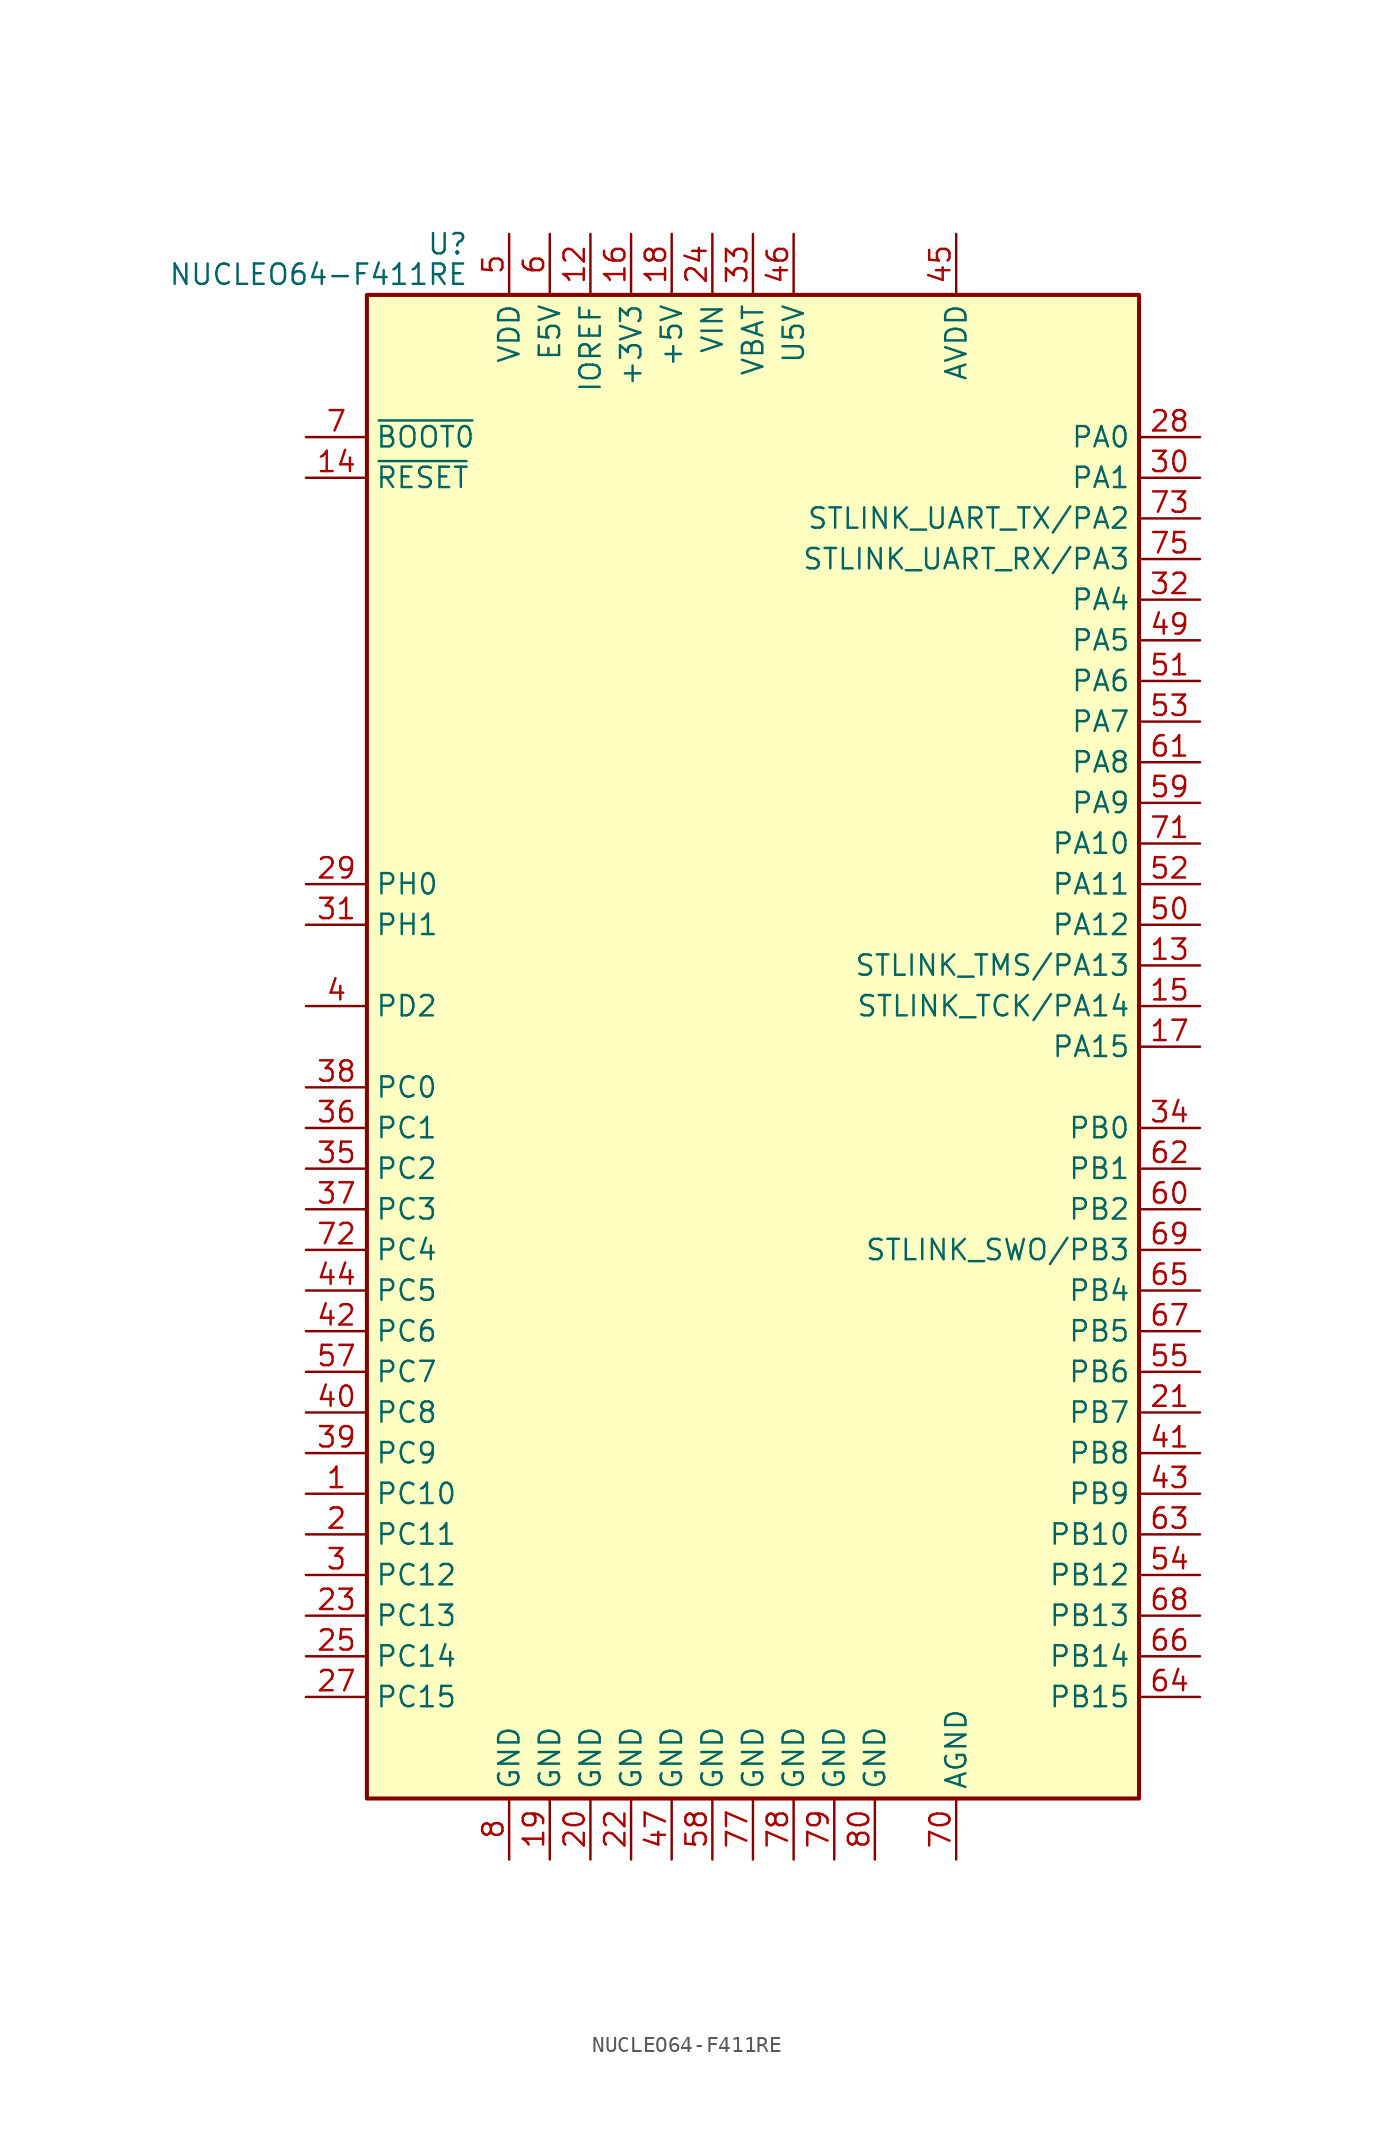
<source format=kicad_sym>
(kicad_symbol_lib
  (version 20201005)
  (generator kicad_symbol_editor)
  (symbol "NUCLEO64-F411RE"
    (property "Reference" "U"
      (at -17.78 50.165 0)
      (effects (font (size 1.27 1.27)) (justify right)))
    (property "Value" "NUCLEO64-F411RE"
      (at -17.78 48.26 0)
      (effects (font (size 1.27 1.27)) (justify right)))
    (symbol "NUCLEO64-F411RE_0_1"
      (rectangle (start -24.13 -46.99) (end 24.13 46.99) (stroke (width 0.254)) (fill (type background))))
    (symbol "NUCLEO64-F411RE_1_1"
      (pin bidirectional line (at -27.94 -27.94 0) (length 3.81) (name "PC10" (effects (font (size 1.27 1.27)))) (number "1" (effects (font (size 1.27 1.27)))))
      (pin no_connect line (at -27.94 20.32 0) (length 3.81) hide (name "NC" (effects (font (size 1.27 1.27)))) (number "10" (effects (font (size 1.27 1.27)))))
      (pin no_connect line (at -27.94 15.24 0) (length 3.81) hide (name "NC" (effects (font (size 1.27 1.27)))) (number "11" (effects (font (size 1.27 1.27)))))
      (pin power_in line (at -10.16 50.8 270) (length 3.81) (name "IOREF" (effects (font (size 1.27 1.27)))) (number "12" (effects (font (size 1.27 1.27)))))
      (pin bidirectional line (at 27.94 5.08 180) (length 3.81) (name "STLINK_TMS/PA13" (effects (font (size 1.27 1.27)))) (number "13" (effects (font (size 1.27 1.27)))))
      (pin input line (at -27.94 35.56 0) (length 3.81) (name "~RESET" (effects (font (size 1.27 1.27)))) (number "14" (effects (font (size 1.27 1.27)))))
      (pin bidirectional line (at 27.94 2.54 180) (length 3.81) (name "STLINK_TCK/PA14" (effects (font (size 1.27 1.27)))) (number "15" (effects (font (size 1.27 1.27)))))
      (pin power_in line (at -7.62 50.8 270) (length 3.81) (name "+3V3" (effects (font (size 1.27 1.27)))) (number "16" (effects (font (size 1.27 1.27)))))
      (pin bidirectional line (at 27.94 0 180) (length 3.81) (name "PA15" (effects (font (size 1.27 1.27)))) (number "17" (effects (font (size 1.27 1.27)))))
      (pin power_in line (at -5.08 50.8 270) (length 3.81) (name "+5V" (effects (font (size 1.27 1.27)))) (number "18" (effects (font (size 1.27 1.27)))))
      (pin power_in line (at -12.7 -50.8 90) (length 3.81) (name "GND" (effects (font (size 1.27 1.27)))) (number "19" (effects (font (size 1.27 1.27)))))
      (pin bidirectional line (at -27.94 -30.48 0) (length 3.81) (name "PC11" (effects (font (size 1.27 1.27)))) (number "2" (effects (font (size 1.27 1.27)))))
      (pin power_in line (at -10.16 -50.8 90) (length 3.81) (name "GND" (effects (font (size 1.27 1.27)))) (number "20" (effects (font (size 1.27 1.27)))))
      (pin bidirectional line (at 27.94 -22.86 180) (length 3.81) (name "PB7" (effects (font (size 1.27 1.27)))) (number "21" (effects (font (size 1.27 1.27)))))
      (pin power_in line (at -7.62 -50.8 90) (length 3.81) (name "GND" (effects (font (size 1.27 1.27)))) (number "22" (effects (font (size 1.27 1.27)))))
      (pin bidirectional line (at -27.94 -35.56 0) (length 3.81) (name "PC13" (effects (font (size 1.27 1.27)))) (number "23" (effects (font (size 1.27 1.27)))))
      (pin power_in line (at -2.54 50.8 270) (length 3.81) (name "VIN" (effects (font (size 1.27 1.27)))) (number "24" (effects (font (size 1.27 1.27)))))
      (pin bidirectional line (at -27.94 -38.1 0) (length 3.81) (name "PC14" (effects (font (size 1.27 1.27)))) (number "25" (effects (font (size 1.27 1.27)))))
      (pin no_connect line (at -27.94 22.86 0) (length 3.81) hide (name "NC" (effects (font (size 1.27 1.27)))) (number "26" (effects (font (size 1.27 1.27)))))
      (pin bidirectional line (at -27.94 -40.64 0) (length 3.81) (name "PC15" (effects (font (size 1.27 1.27)))) (number "27" (effects (font (size 1.27 1.27)))))
      (pin bidirectional line (at 27.94 38.1 180) (length 3.81) (name "PA0" (effects (font (size 1.27 1.27)))) (number "28" (effects (font (size 1.27 1.27)))))
      (pin bidirectional line (at -27.94 10.16 0) (length 3.81) (name "PH0" (effects (font (size 1.27 1.27)))) (number "29" (effects (font (size 1.27 1.27)))))
      (pin bidirectional line (at -27.94 -33.02 0) (length 3.81) (name "PC12" (effects (font (size 1.27 1.27)))) (number "3" (effects (font (size 1.27 1.27)))))
      (pin bidirectional line (at 27.94 35.56 180) (length 3.81) (name "PA1" (effects (font (size 1.27 1.27)))) (number "30" (effects (font (size 1.27 1.27)))))
      (pin bidirectional line (at -27.94 7.62 0) (length 3.81) (name "PH1" (effects (font (size 1.27 1.27)))) (number "31" (effects (font (size 1.27 1.27)))))
      (pin bidirectional line (at 27.94 27.94 180) (length 3.81) (name "PA4" (effects (font (size 1.27 1.27)))) (number "32" (effects (font (size 1.27 1.27)))))
      (pin power_in line (at 0 50.8 270) (length 3.81) (name "VBAT" (effects (font (size 1.27 1.27)))) (number "33" (effects (font (size 1.27 1.27)))))
      (pin bidirectional line (at 27.94 -5.08 180) (length 3.81) (name "PB0" (effects (font (size 1.27 1.27)))) (number "34" (effects (font (size 1.27 1.27)))))
      (pin bidirectional line (at -27.94 -7.62 0) (length 3.81) (name "PC2" (effects (font (size 1.27 1.27)))) (number "35" (effects (font (size 1.27 1.27)))))
      (pin bidirectional line (at -27.94 -5.08 0) (length 3.81) (name "PC1" (effects (font (size 1.27 1.27)))) (number "36" (effects (font (size 1.27 1.27)))))
      (pin bidirectional line (at -27.94 -10.16 0) (length 3.81) (name "PC3" (effects (font (size 1.27 1.27)))) (number "37" (effects (font (size 1.27 1.27)))))
      (pin bidirectional line (at -27.94 -2.54 0) (length 3.81) (name "PC0" (effects (font (size 1.27 1.27)))) (number "38" (effects (font (size 1.27 1.27)))))
      (pin bidirectional line (at -27.94 -25.4 0) (length 3.81) (name "PC9" (effects (font (size 1.27 1.27)))) (number "39" (effects (font (size 1.27 1.27)))))
      (pin bidirectional line (at -27.94 2.54 0) (length 3.81) (name "PD2" (effects (font (size 1.27 1.27)))) (number "4" (effects (font (size 1.27 1.27)))))
      (pin bidirectional line (at -27.94 -22.86 0) (length 3.81) (name "PC8" (effects (font (size 1.27 1.27)))) (number "40" (effects (font (size 1.27 1.27)))))
      (pin bidirectional line (at 27.94 -25.4 180) (length 3.81) (name "PB8" (effects (font (size 1.27 1.27)))) (number "41" (effects (font (size 1.27 1.27)))))
      (pin bidirectional line (at -27.94 -17.78 0) (length 3.81) (name "PC6" (effects (font (size 1.27 1.27)))) (number "42" (effects (font (size 1.27 1.27)))))
      (pin bidirectional line (at 27.94 -27.94 180) (length 3.81) (name "PB9" (effects (font (size 1.27 1.27)))) (number "43" (effects (font (size 1.27 1.27)))))
      (pin bidirectional line (at -27.94 -15.24 0) (length 3.81) (name "PC5" (effects (font (size 1.27 1.27)))) (number "44" (effects (font (size 1.27 1.27)))))
      (pin power_in line (at 12.7 50.8 270) (length 3.81) (name "AVDD" (effects (font (size 1.27 1.27)))) (number "45" (effects (font (size 1.27 1.27)))))
      (pin power_in line (at 2.54 50.8 270) (length 3.81) (name "U5V" (effects (font (size 1.27 1.27)))) (number "46" (effects (font (size 1.27 1.27)))))
      (pin power_in line (at -5.08 -50.8 90) (length 3.81) (name "GND" (effects (font (size 1.27 1.27)))) (number "47" (effects (font (size 1.27 1.27)))))
      (pin no_connect line (at -27.94 25.4 0) (length 3.81) hide (name "NC" (effects (font (size 1.27 1.27)))) (number "48" (effects (font (size 1.27 1.27)))))
      (pin bidirectional line (at 27.94 25.4 180) (length 3.81) (name "PA5" (effects (font (size 1.27 1.27)))) (number "49" (effects (font (size 1.27 1.27)))))
      (pin power_in line (at -15.24 50.8 270) (length 3.81) (name "VDD" (effects (font (size 1.27 1.27)))) (number "5" (effects (font (size 1.27 1.27)))))
      (pin bidirectional line (at 27.94 7.62 180) (length 3.81) (name "PA12" (effects (font (size 1.27 1.27)))) (number "50" (effects (font (size 1.27 1.27)))))
      (pin bidirectional line (at 27.94 22.86 180) (length 3.81) (name "PA6" (effects (font (size 1.27 1.27)))) (number "51" (effects (font (size 1.27 1.27)))))
      (pin bidirectional line (at 27.94 10.16 180) (length 3.81) (name "PA11" (effects (font (size 1.27 1.27)))) (number "52" (effects (font (size 1.27 1.27)))))
      (pin bidirectional line (at 27.94 20.32 180) (length 3.81) (name "PA7" (effects (font (size 1.27 1.27)))) (number "53" (effects (font (size 1.27 1.27)))))
      (pin bidirectional line (at 27.94 -33.02 180) (length 3.81) (name "PB12" (effects (font (size 1.27 1.27)))) (number "54" (effects (font (size 1.27 1.27)))))
      (pin bidirectional line (at 27.94 -20.32 180) (length 3.81) (name "PB6" (effects (font (size 1.27 1.27)))) (number "55" (effects (font (size 1.27 1.27)))))
      (pin no_connect line (at -27.94 33.02 0) (length 3.81) hide (name "NC" (effects (font (size 1.27 1.27)))) (number "56" (effects (font (size 1.27 1.27)))))
      (pin bidirectional line (at -27.94 -20.32 0) (length 3.81) (name "PC7" (effects (font (size 1.27 1.27)))) (number "57" (effects (font (size 1.27 1.27)))))
      (pin power_in line (at -2.54 -50.8 90) (length 3.81) (name "GND" (effects (font (size 1.27 1.27)))) (number "58" (effects (font (size 1.27 1.27)))))
      (pin bidirectional line (at 27.94 15.24 180) (length 3.81) (name "PA9" (effects (font (size 1.27 1.27)))) (number "59" (effects (font (size 1.27 1.27)))))
      (pin power_in line (at -12.7 50.8 270) (length 3.81) (name "E5V" (effects (font (size 1.27 1.27)))) (number "6" (effects (font (size 1.27 1.27)))))
      (pin bidirectional line (at 27.94 -10.16 180) (length 3.81) (name "PB2" (effects (font (size 1.27 1.27)))) (number "60" (effects (font (size 1.27 1.27)))))
      (pin bidirectional line (at 27.94 17.78 180) (length 3.81) (name "PA8" (effects (font (size 1.27 1.27)))) (number "61" (effects (font (size 1.27 1.27)))))
      (pin bidirectional line (at 27.94 -7.62 180) (length 3.81) (name "PB1" (effects (font (size 1.27 1.27)))) (number "62" (effects (font (size 1.27 1.27)))))
      (pin bidirectional line (at 27.94 -30.48 180) (length 3.81) (name "PB10" (effects (font (size 1.27 1.27)))) (number "63" (effects (font (size 1.27 1.27)))))
      (pin bidirectional line (at 27.94 -40.64 180) (length 3.81) (name "PB15" (effects (font (size 1.27 1.27)))) (number "64" (effects (font (size 1.27 1.27)))))
      (pin bidirectional line (at 27.94 -15.24 180) (length 3.81) (name "PB4" (effects (font (size 1.27 1.27)))) (number "65" (effects (font (size 1.27 1.27)))))
      (pin bidirectional line (at 27.94 -38.1 180) (length 3.81) (name "PB14" (effects (font (size 1.27 1.27)))) (number "66" (effects (font (size 1.27 1.27)))))
      (pin bidirectional line (at 27.94 -17.78 180) (length 3.81) (name "PB5" (effects (font (size 1.27 1.27)))) (number "67" (effects (font (size 1.27 1.27)))))
      (pin bidirectional line (at 27.94 -35.56 180) (length 3.81) (name "PB13" (effects (font (size 1.27 1.27)))) (number "68" (effects (font (size 1.27 1.27)))))
      (pin bidirectional line (at 27.94 -12.7 180) (length 3.81) (name "STLINK_SWO/PB3" (effects (font (size 1.27 1.27)))) (number "69" (effects (font (size 1.27 1.27)))))
      (pin input line (at -27.94 38.1 0) (length 3.81) (name "~BOOT0" (effects (font (size 1.27 1.27)))) (number "7" (effects (font (size 1.27 1.27)))))
      (pin power_in line (at 12.7 -50.8 90) (length 3.81) (name "AGND" (effects (font (size 1.27 1.27)))) (number "70" (effects (font (size 1.27 1.27)))))
      (pin bidirectional line (at 27.94 12.7 180) (length 3.81) (name "PA10" (effects (font (size 1.27 1.27)))) (number "71" (effects (font (size 1.27 1.27)))))
      (pin bidirectional line (at -27.94 -12.7 0) (length 3.81) (name "PC4" (effects (font (size 1.27 1.27)))) (number "72" (effects (font (size 1.27 1.27)))))
      (pin bidirectional line (at 27.94 33.02 180) (length 3.81) (name "STLINK_UART_TX/PA2" (effects (font (size 1.27 1.27)))) (number "73" (effects (font (size 1.27 1.27)))))
      (pin no_connect line (at -27.94 30.48 0) (length 3.81) hide (name "NC" (effects (font (size 1.27 1.27)))) (number "74" (effects (font (size 1.27 1.27)))))
      (pin bidirectional line (at 27.94 30.48 180) (length 3.81) (name "STLINK_UART_RX/PA3" (effects (font (size 1.27 1.27)))) (number "75" (effects (font (size 1.27 1.27)))))
      (pin no_connect line (at -27.94 27.94 0) (length 3.81) hide (name "NC" (effects (font (size 1.27 1.27)))) (number "76" (effects (font (size 1.27 1.27)))))
      (pin power_in line (at 0 -50.8 90) (length 3.81) (name "GND" (effects (font (size 1.27 1.27)))) (number "77" (effects (font (size 1.27 1.27)))))
      (pin power_in line (at 2.54 -50.8 90) (length 3.81) (name "GND" (effects (font (size 1.27 1.27)))) (number "78" (effects (font (size 1.27 1.27)))))
      (pin power_in line (at 5.08 -50.8 90) (length 3.81) (name "GND" (effects (font (size 1.27 1.27)))) (number "79" (effects (font (size 1.27 1.27)))))
      (pin power_in line (at -15.24 -50.8 90) (length 3.81) (name "GND" (effects (font (size 1.27 1.27)))) (number "8" (effects (font (size 1.27 1.27)))))
      (pin power_in line (at 7.62 -50.8 90) (length 3.81) (name "GND" (effects (font (size 1.27 1.27)))) (number "80" (effects (font (size 1.27 1.27)))))
      (pin no_connect line (at -27.94 17.78 0) (length 3.81) hide (name "NC" (effects (font (size 1.27 1.27)))) (number "9" (effects (font (size 1.27 1.27))))))))
</source>
